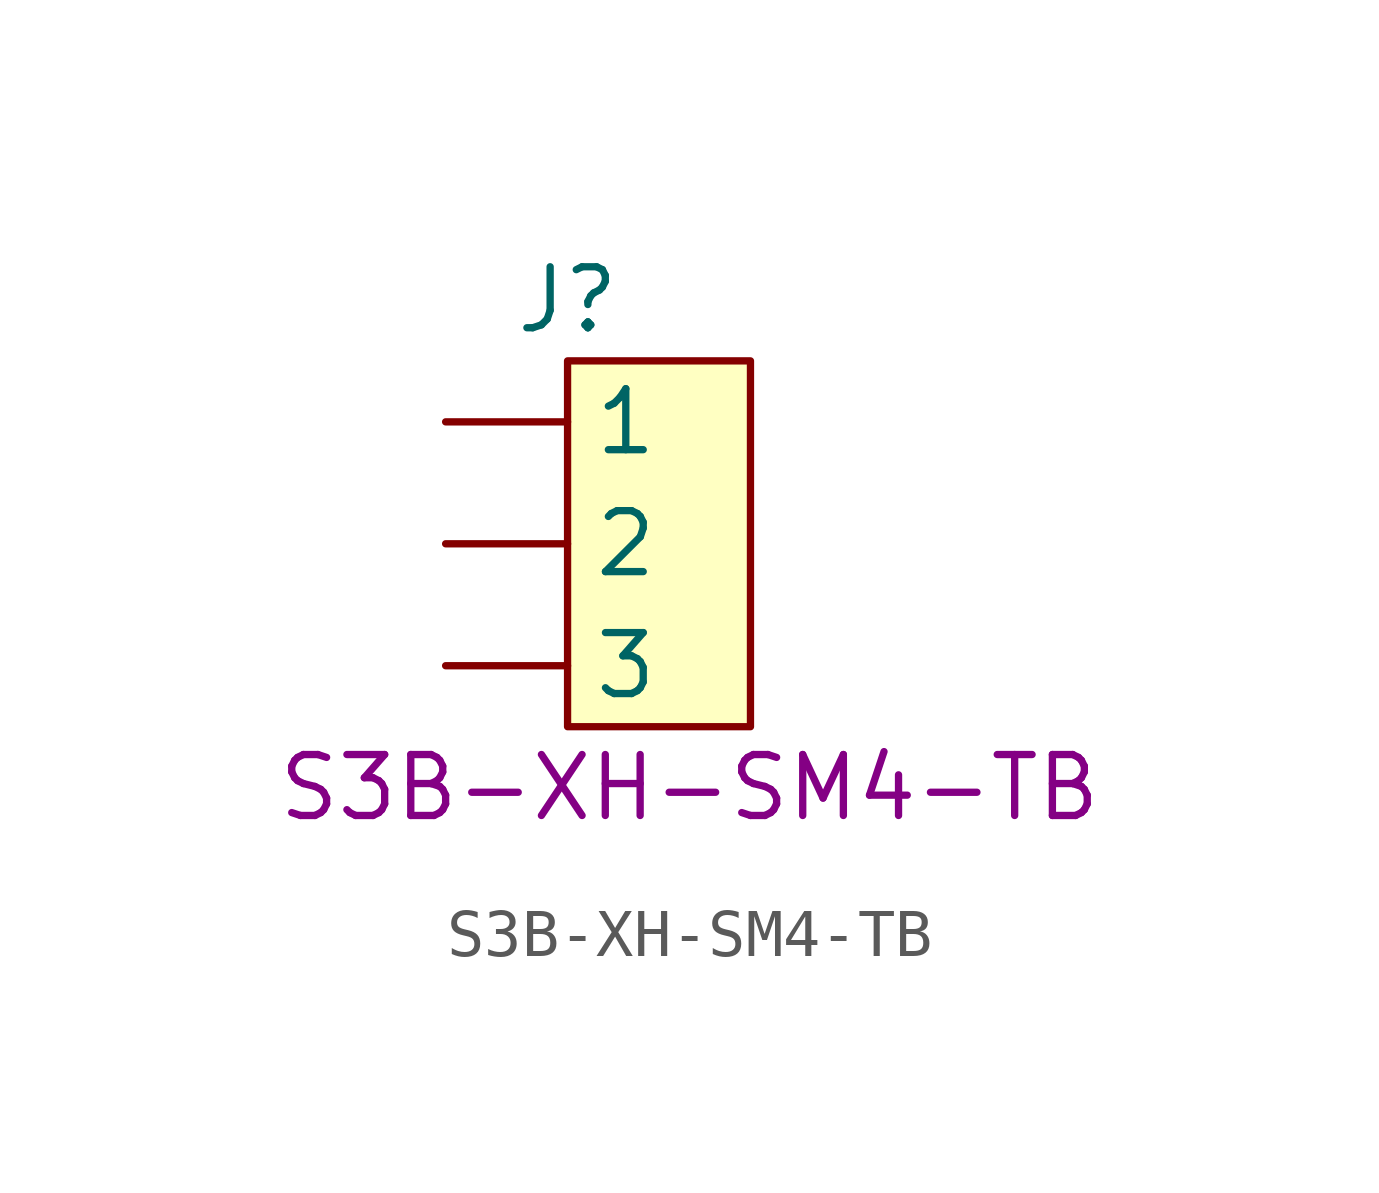
<source format=kicad_sym>
(kicad_symbol_lib
  (version 20241209)
  (generator "kicad_symbol_editor")
  (generator_version "9.0")
  (symbol "S3B-XH-SM4-TB"
    (property "Reference" "J"
      (at 2.54 2.54 0)
      (effects (font (size 1.27 1.27))))
    (property "PartNumber" "S3B-XH-SM4-TB"
      (at 5.08 -7.62 0)
      (effects (font (size 1.27 1.27))))
    (symbol "S3B-XH-SM4-TB_1_1"
      (rectangle (start 2.54 1.27) (end 6.35 -6.35) (stroke (width 0) (type default)) (fill (type background)))
      (pin passive line (at 0 0 0) (length 2.54) (name "1" (effects (font (size 1.27 1.27)))) (number "" (effects (font (size 1.27 1.27)))))
      (pin passive line (at 0 -2.54 0) (length 2.54) (name "2" (effects (font (size 1.27 1.27)))) (number "" (effects (font (size 1.27 1.27)))))
      (pin passive line (at 0 -5.08 0) (length 2.54) (name "3" (effects (font (size 1.27 1.27)))) (number "" (effects (font (size 1.27 1.27)))))
      (pin passive line (at 8.89 -2.54 180) (length 2.54) (hide yes) (name "4" (effects (font (size 1.27 1.27)))) (number "FP" (effects (font (size 1.27 1.27)))))
      (pin passive line (at 8.89 -5.08 180) (length 2.54) (hide yes) (name "5" (effects (font (size 1.27 1.27)))) (number "FP" (effects (font (size 1.27 1.27))))))))
</source>
